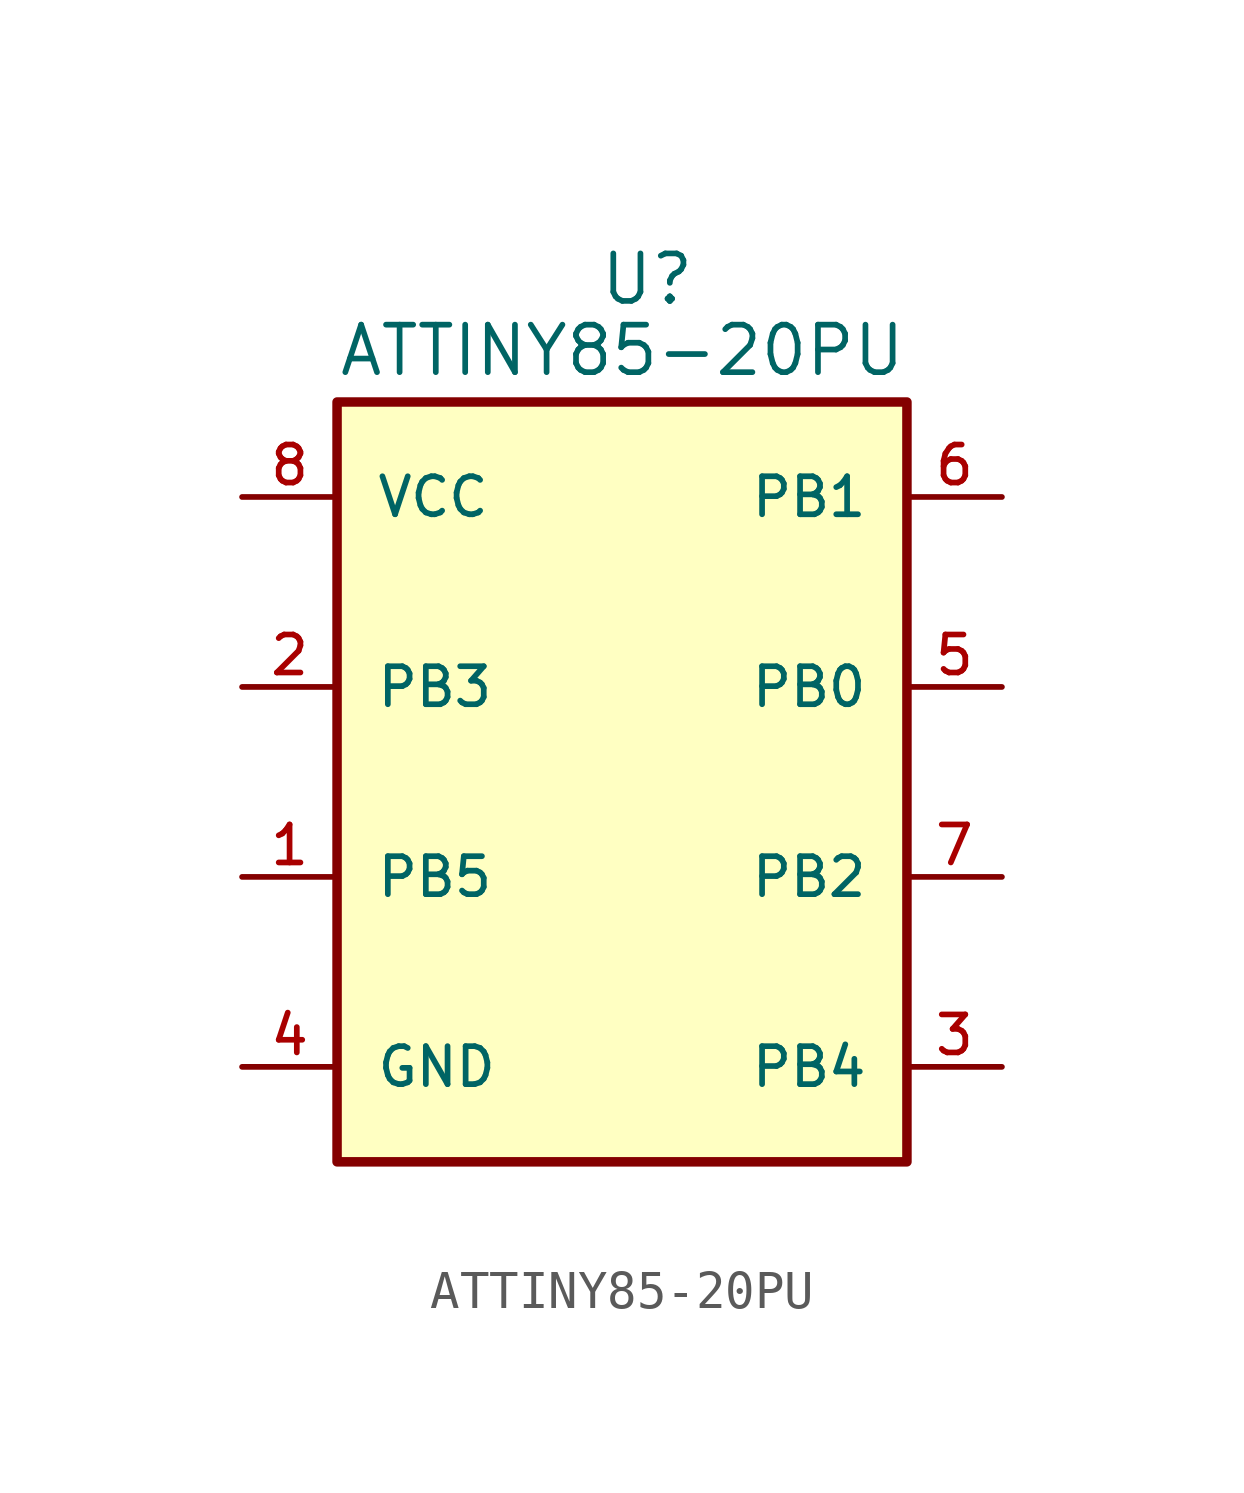
<source format=kicad_sym>
(kicad_symbol_lib
  (version 20220914)
  (generator kicad_symbol_editor)
  (symbol "ATTINY85-20PU"
    (pin_names
      (offset 1.016))
    (property "Reference" "U"
      (at -0.635 13.97 0)
      (effects (font (size 1.27 1.27)) (justify left bottom)))
    (property "Value" "ATTINY85-20PU"
      (at -7.62 12.065 0)
      (effects (font (size 1.27 1.27)) (justify left bottom)))
    (symbol "ATTINY85-20PU_1_0"
      (rectangle (start -7.62 11.43) (end 7.62 -8.89) (stroke (width 0.254) (type default)) (fill (type background)))
      (pin bidirectional line (at -10.16 -1.27 0) (length 2.54) (name "PB5" (effects (font (size 1.016 1.016)))) (number "1" (effects (font (size 1.016 1.016)))))
      (pin bidirectional line (at -10.16 3.81 0) (length 2.54) (name "PB3" (effects (font (size 1.016 1.016)))) (number "2" (effects (font (size 1.016 1.016)))))
      (pin bidirectional line (at 10.16 -6.35 180) (length 2.54) (name "PB4" (effects (font (size 1.016 1.016)))) (number "3" (effects (font (size 1.016 1.016)))))
      (pin power_in line (at -10.16 -6.35 0) (length 2.54) (name "GND" (effects (font (size 1.016 1.016)))) (number "4" (effects (font (size 1.016 1.016)))))
      (pin bidirectional line (at 10.16 3.81 180) (length 2.54) (name "PB0" (effects (font (size 1.016 1.016)))) (number "5" (effects (font (size 1.016 1.016)))))
      (pin bidirectional line (at 10.16 8.89 180) (length 2.54) (name "PB1" (effects (font (size 1.016 1.016)))) (number "6" (effects (font (size 1.016 1.016)))))
      (pin bidirectional line (at 10.16 -1.27 180) (length 2.54) (name "PB2" (effects (font (size 1.016 1.016)))) (number "7" (effects (font (size 1.016 1.016)))))
      (pin power_in line (at -10.16 8.89 0) (length 2.54) (name "VCC" (effects (font (size 1.016 1.016)))) (number "8" (effects (font (size 1.016 1.016))))))))
</source>
